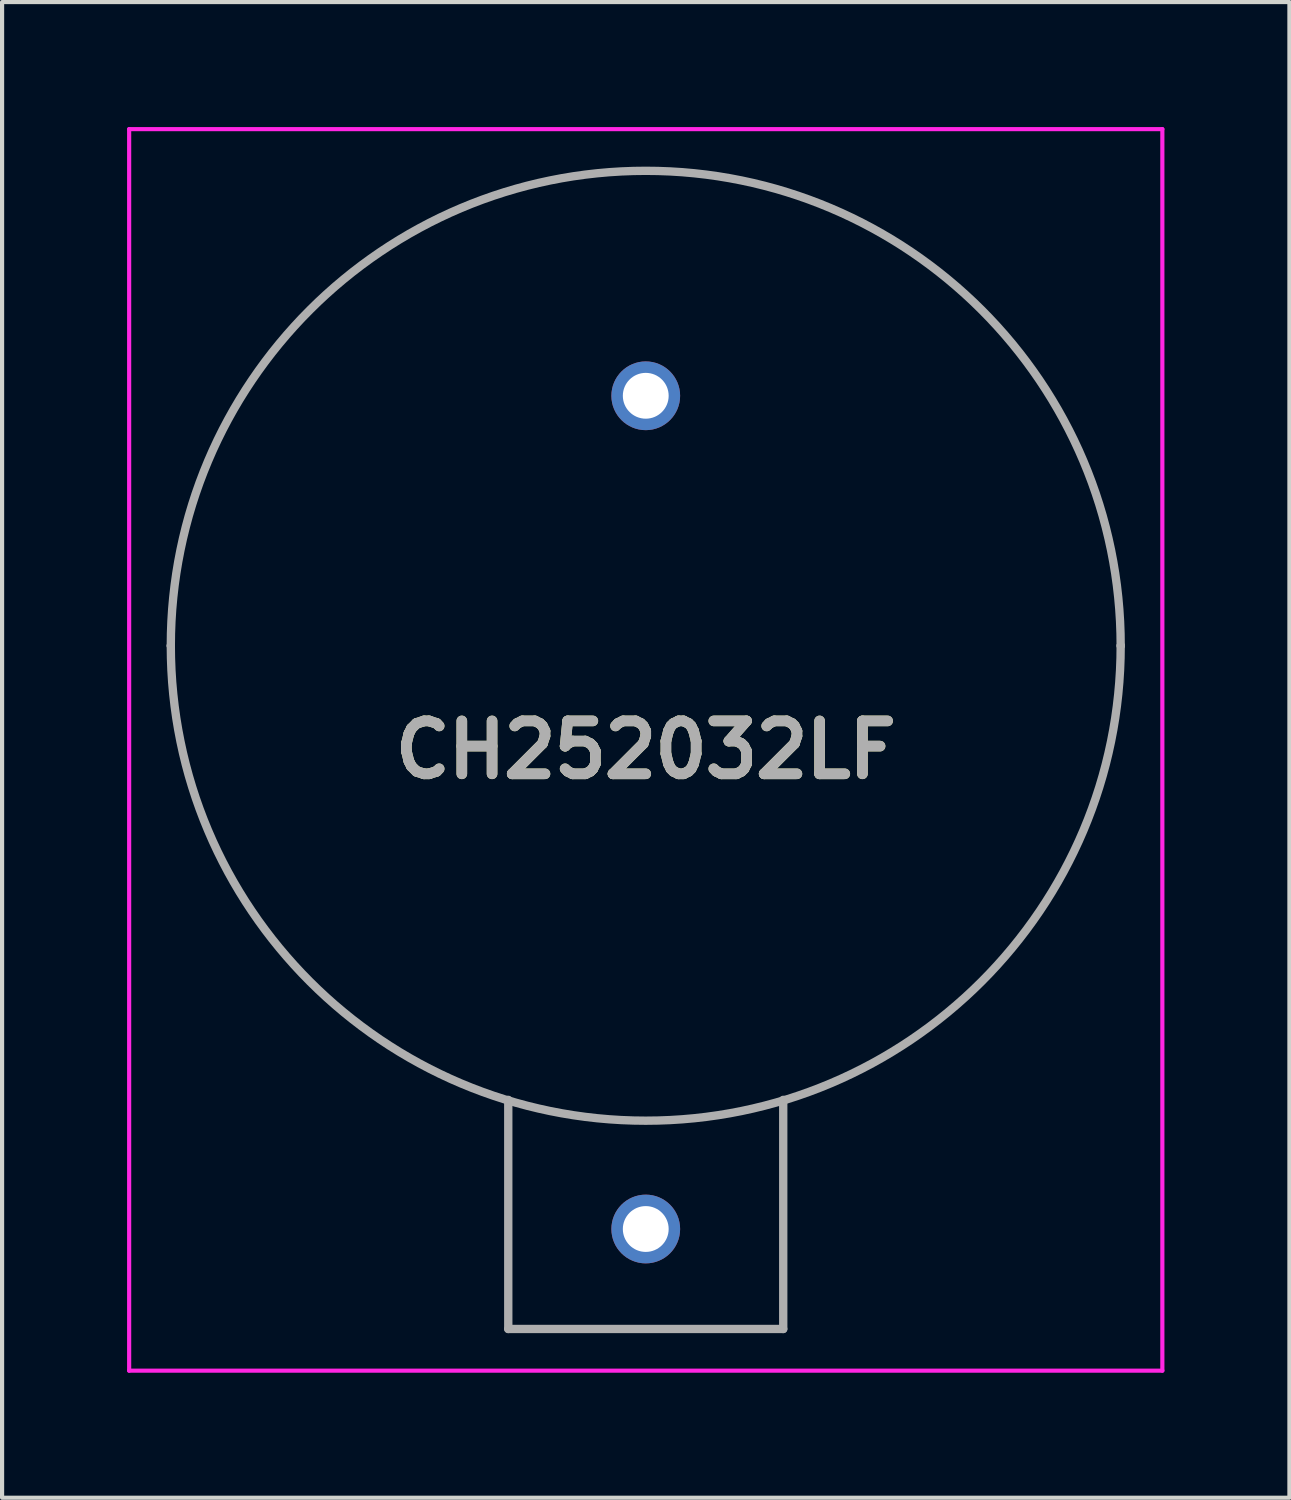
<source format=kicad_pcb>
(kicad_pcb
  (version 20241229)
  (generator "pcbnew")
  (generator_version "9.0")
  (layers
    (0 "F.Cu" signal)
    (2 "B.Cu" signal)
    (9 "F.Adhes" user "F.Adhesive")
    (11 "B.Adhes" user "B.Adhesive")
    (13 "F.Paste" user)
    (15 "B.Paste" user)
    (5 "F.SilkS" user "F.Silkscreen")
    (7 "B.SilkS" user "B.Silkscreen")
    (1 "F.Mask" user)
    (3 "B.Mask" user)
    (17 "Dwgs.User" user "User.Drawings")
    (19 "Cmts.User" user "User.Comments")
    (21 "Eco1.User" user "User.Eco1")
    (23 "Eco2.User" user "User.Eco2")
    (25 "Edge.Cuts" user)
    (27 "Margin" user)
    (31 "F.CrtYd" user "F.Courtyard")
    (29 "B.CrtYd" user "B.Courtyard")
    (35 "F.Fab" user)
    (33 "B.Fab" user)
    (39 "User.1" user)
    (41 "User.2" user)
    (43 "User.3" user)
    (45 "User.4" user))
  (footprint "CH252032LF"
    (layer "F.Cu")
    (at 12.45 6.45)
    (property "Reference" "CH252032LF" (at 0 8.5 0) (layer "F.SilkS") (effects (font (size 1.27 1.27) (thickness 0.254))))
    (attr through_hole)
    (fp_line (start -11.4 6) (end -11.4 6) (stroke (width 0.1) (type solid)) (layer "F.SilkS"))
    (fp_line (start -3.3 16.9) (end -3.3 22.4) (stroke (width 0.1) (type solid)) (layer "F.SilkS"))
    (fp_line (start -3.3 22.4) (end 3.3 22.4) (stroke (width 0.1) (type solid)) (layer "F.SilkS"))
    (fp_line (start 3.3 22.4) (end 3.3 16.9) (stroke (width 0.1) (type solid)) (layer "F.SilkS"))
    (fp_line (start 11.4 6) (end 11.4 6) (stroke (width 0.1) (type solid)) (layer "F.SilkS"))
    (fp_arc (start -11.4 6) (mid 0 -5.4) (end 11.4 6) (stroke (width 0.1) (type solid)) (layer "F.SilkS"))
    (fp_arc (start 11.4 6) (mid 0 17.4) (end -11.4 6) (stroke (width 0.1) (type solid)) (layer "F.SilkS"))
    (fp_line (start -12.4 -6.4) (end 12.4 -6.4) (stroke (width 0.1) (type solid)) (layer "F.CrtYd"))
    (fp_line (start -12.4 23.4) (end -12.4 -6.4) (stroke (width 0.1) (type solid)) (layer "F.CrtYd"))
    (fp_line (start 12.4 -6.4) (end 12.4 23.4) (stroke (width 0.1) (type solid)) (layer "F.CrtYd"))
    (fp_line (start 12.4 23.4) (end -12.4 23.4) (stroke (width 0.1) (type solid)) (layer "F.CrtYd"))
    (fp_line (start -11.4 6) (end -11.4 6) (stroke (width 0.2) (type solid)) (layer "F.Fab"))
    (fp_line (start -3.3 16.9) (end -3.3 22.4) (stroke (width 0.2) (type solid)) (layer "F.Fab"))
    (fp_line (start -3.3 22.4) (end 3.3 22.4) (stroke (width 0.2) (type solid)) (layer "F.Fab"))
    (fp_line (start 3.3 22.4) (end 3.3 16.9) (stroke (width 0.2) (type solid)) (layer "F.Fab"))
    (fp_line (start 11.4 6) (end 11.4 6) (stroke (width 0.2) (type solid)) (layer "F.Fab"))
    (fp_arc (start -11.4 6) (mid 0 -5.4) (end 11.4 6) (stroke (width 0.2) (type solid)) (layer "F.Fab"))
    (fp_arc (start 11.4 6) (mid 0 17.4) (end -11.4 6) (stroke (width 0.2) (type solid)) (layer "F.Fab"))
    (fp_text user "${REFERENCE}" (at 0 8.5 0) (layer "F.Fab") (effects (font (size 1.27 1.27) (thickness 0.254))))
    (pad "" np_thru_hole circle (at 0 6) (size 0.001 0.001) (drill 6.5) (layers "*.Cu" "*.Mask"))
    (pad "1" thru_hole circle (at 0 0) (size 1.65 1.65) (drill 1.1) (layers "*.Cu" "*.Mask"))
    (pad "2" thru_hole circle (at 0 20) (size 1.65 1.65) (drill 1.1) (layers "*.Cu" "*.Mask")))
  (gr_rect
    (start -3 -3)
    (end 27.9 32.9)
    (stroke (width 0.1) (type default))
    (fill no)
    (layer "Edge.Cuts")))
</source>
